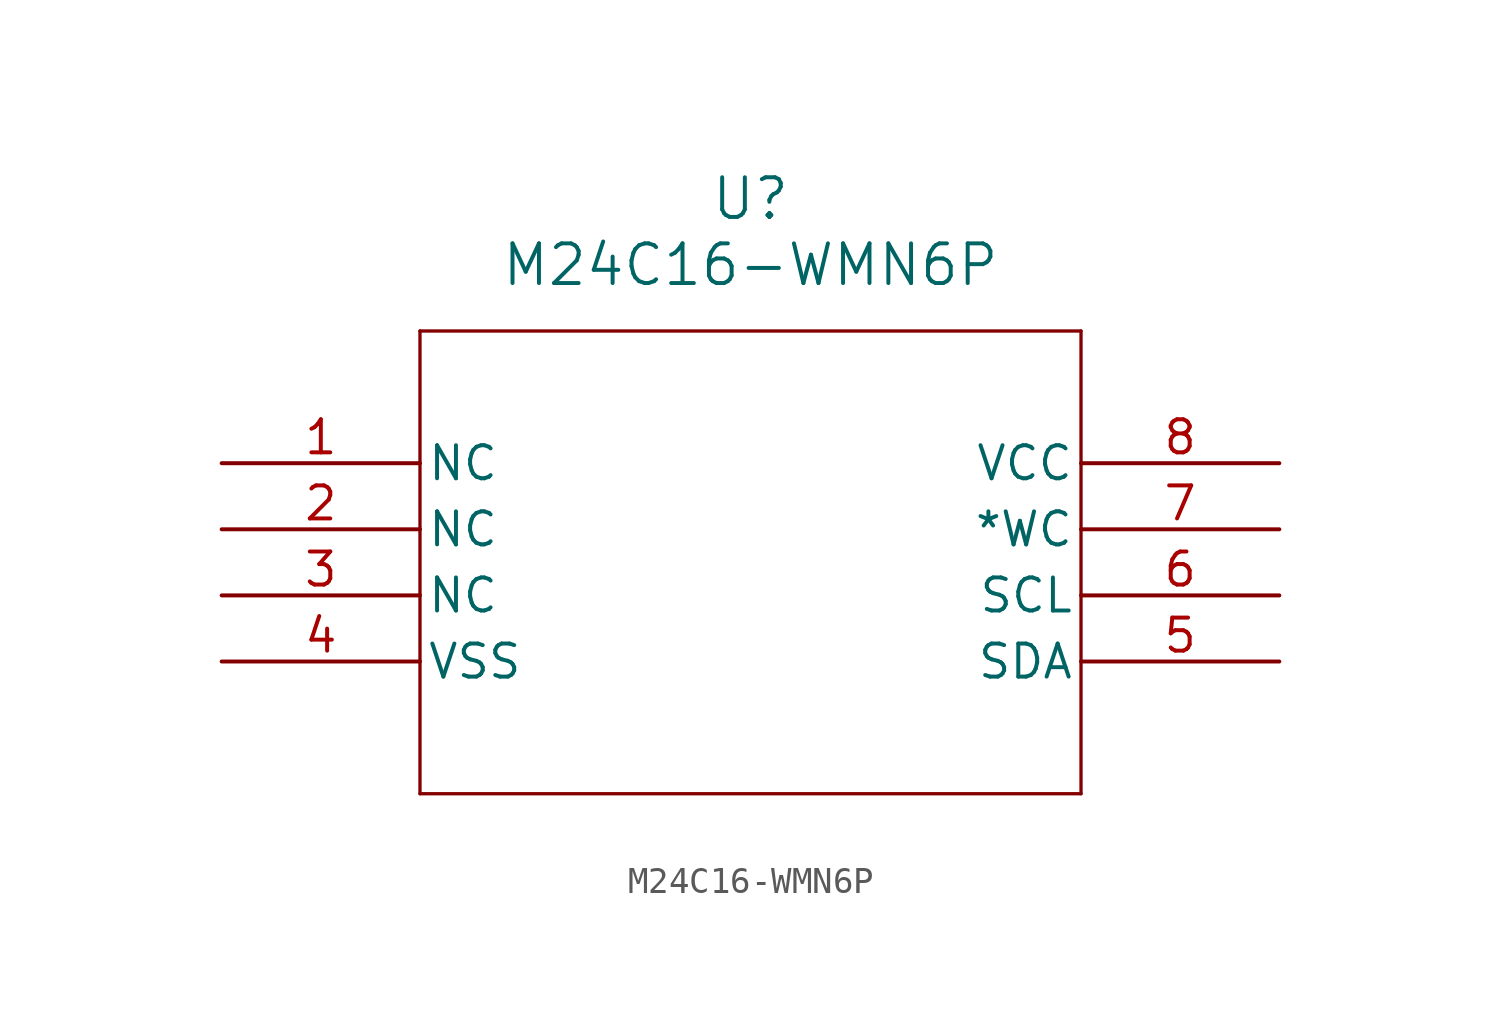
<source format=kicad_sym>
(kicad_symbol_lib
  (version 20211014)
  (generator kicad_symbol_editor)
  (symbol "M24C16-WMN6P"
    (pin_names
      (offset 0.254))
    (property "Reference" "U"
      (at 20.32 10.16 0)
      (effects (font (size 1.524 1.524))))
    (property "Value" "M24C16-WMN6P"
      (at 20.32 7.62 0)
      (effects (font (size 1.524 1.524))))
    (symbol "M24C16-WMN6P_0_1"
      (polyline (pts (xy 7.62 5.08) (xy 7.62 -12.7)) (stroke (width 0.127) (type default) (color 0 0 0 0)) (fill (type none)))
      (polyline (pts (xy 7.62 -12.7) (xy 33.02 -12.7)) (stroke (width 0.127) (type default) (color 0 0 0 0)) (fill (type none)))
      (polyline (pts (xy 33.02 -12.7) (xy 33.02 5.08)) (stroke (width 0.127) (type default) (color 0 0 0 0)) (fill (type none)))
      (polyline (pts (xy 33.02 5.08) (xy 7.62 5.08)) (stroke (width 0.127) (type default) (color 0 0 0 0)) (fill (type none)))
      (pin unspecified line (at 0 0 0) (length 7.62) (name "NC" (effects (font (size 1.27 1.27)))) (number "1" (effects (font (size 1.27 1.27)))))
      (pin unspecified line (at 0 -2.54 0) (length 7.62) (name "NC" (effects (font (size 1.27 1.27)))) (number "2" (effects (font (size 1.27 1.27)))))
      (pin unspecified line (at 0 -5.08 0) (length 7.62) (name "NC" (effects (font (size 1.27 1.27)))) (number "3" (effects (font (size 1.27 1.27)))))
      (pin unspecified line (at 0 -7.62 0) (length 7.62) (name "VSS" (effects (font (size 1.27 1.27)))) (number "4" (effects (font (size 1.27 1.27)))))
      (pin unspecified line (at 40.64 -7.62 180) (length 7.62) (name "SDA" (effects (font (size 1.27 1.27)))) (number "5" (effects (font (size 1.27 1.27)))))
      (pin unspecified line (at 40.64 -5.08 180) (length 7.62) (name "SCL" (effects (font (size 1.27 1.27)))) (number "6" (effects (font (size 1.27 1.27)))))
      (pin unspecified line (at 40.64 -2.54 180) (length 7.62) (name "*WC" (effects (font (size 1.27 1.27)))) (number "7" (effects (font (size 1.27 1.27)))))
      (pin unspecified line (at 40.64 0 180) (length 7.62) (name "VCC" (effects (font (size 1.27 1.27)))) (number "8" (effects (font (size 1.27 1.27))))))))
</source>
